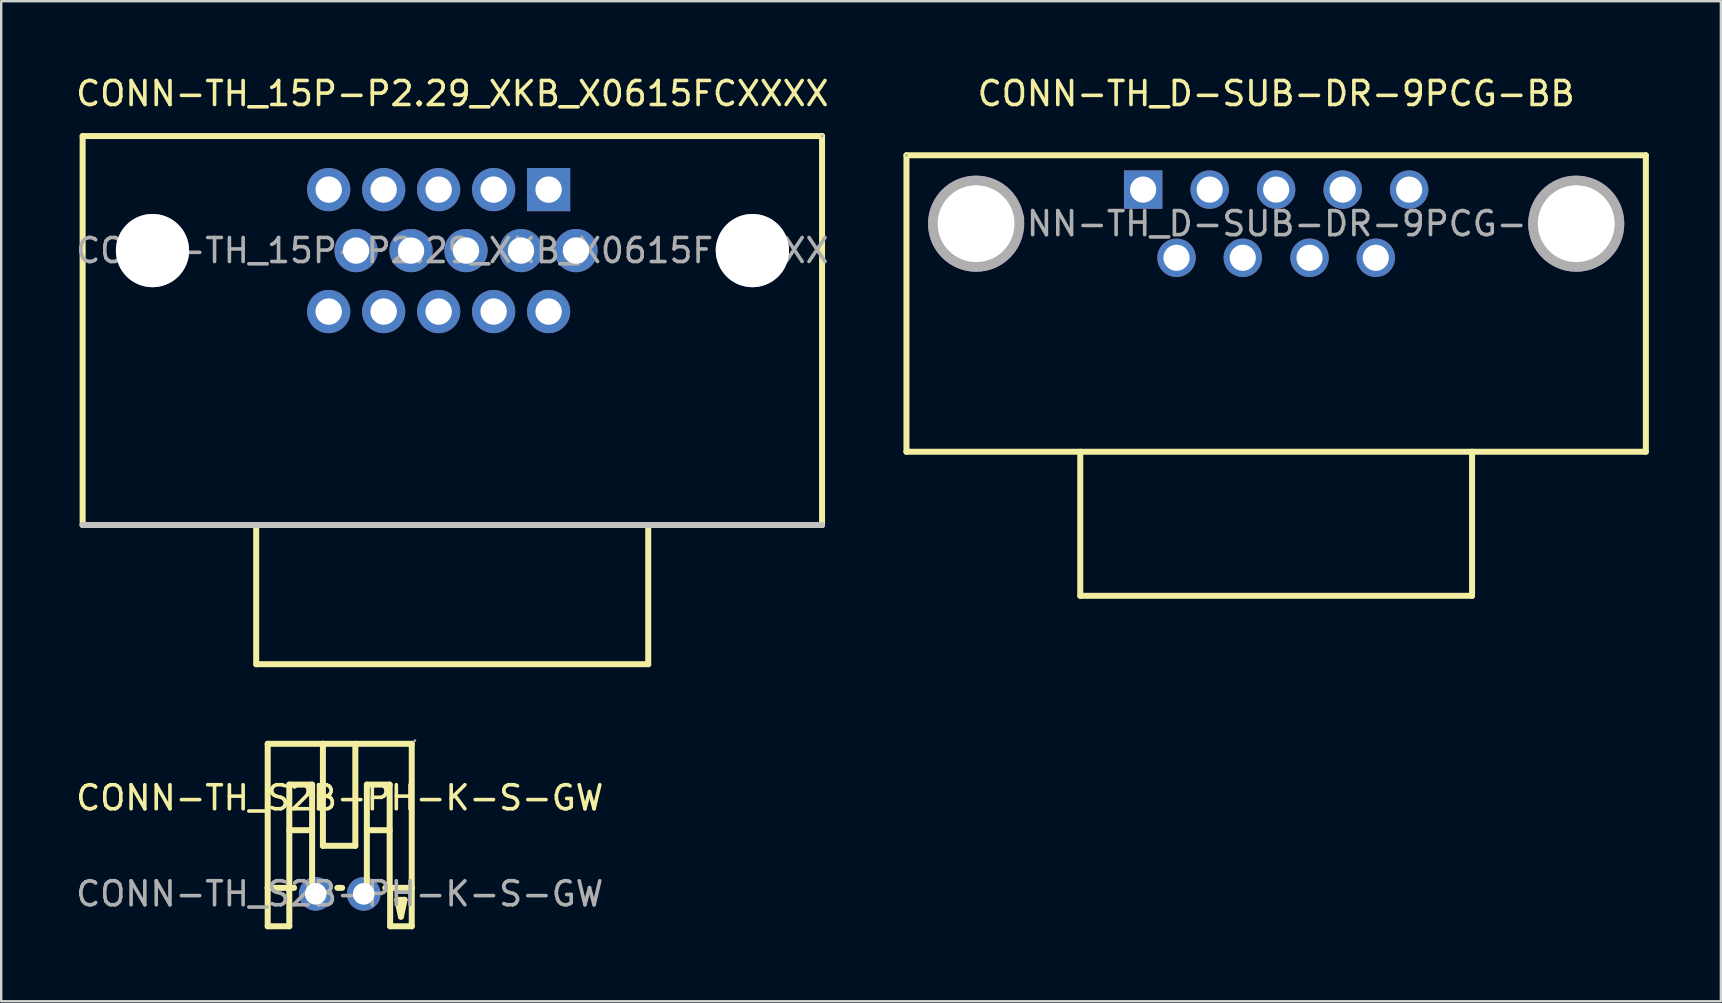
<source format=kicad_pcb>
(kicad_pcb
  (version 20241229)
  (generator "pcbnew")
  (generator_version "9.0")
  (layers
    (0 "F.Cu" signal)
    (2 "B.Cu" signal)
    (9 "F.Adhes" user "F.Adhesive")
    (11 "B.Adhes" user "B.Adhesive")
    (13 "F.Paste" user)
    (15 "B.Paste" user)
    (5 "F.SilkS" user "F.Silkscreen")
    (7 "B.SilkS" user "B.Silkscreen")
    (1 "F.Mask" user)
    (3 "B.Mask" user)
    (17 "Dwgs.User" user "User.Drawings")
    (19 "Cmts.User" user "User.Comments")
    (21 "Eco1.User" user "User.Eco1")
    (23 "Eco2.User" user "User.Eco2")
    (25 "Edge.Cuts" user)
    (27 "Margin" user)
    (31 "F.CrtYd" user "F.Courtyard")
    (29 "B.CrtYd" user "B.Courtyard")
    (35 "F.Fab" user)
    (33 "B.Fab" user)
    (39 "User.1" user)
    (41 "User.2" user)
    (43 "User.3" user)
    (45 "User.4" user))
  (footprint "CONN-TH_S2B-PH-K-S-GW"
    (layer "F.Cu")
    (at 11.101 34.183)
    (property "Reference" "CONN-TH_S2B-PH-K-S-GW" (at 0 -4 0) (layer "F.SilkS") (effects (font (size 1 1) (thickness 0.15))))
    (attr through_hole)
    (fp_line (start -3 -6.25) (end 3 -6.25) (stroke (width 0.25) (type solid)) (layer "F.SilkS"))
    (fp_line (start -3 -0.25) (end -3 -6.25) (stroke (width 0.25) (type solid)) (layer "F.SilkS"))
    (fp_line (start -3 -0.25) (end -3 1.35) (stroke (width 0.25) (type solid)) (layer "F.SilkS"))
    (fp_line (start -3 -0.25) (end -1.9 -0.25) (stroke (width 0.25) (type solid)) (layer "F.SilkS"))
    (fp_line (start -3 1.35) (end -2.1 1.35) (stroke (width 0.25) (type solid)) (layer "F.SilkS"))
    (fp_line (start -2.1 -4.55) (end -1.15 -4.55) (stroke (width 0.25) (type solid)) (layer "F.SilkS"))
    (fp_line (start -2.1 -2.65) (end -1.15 -2.65) (stroke (width 0.25) (type solid)) (layer "F.SilkS"))
    (fp_line (start -2.1 -0.25) (end -2.1 -4.55) (stroke (width 0.25) (type solid)) (layer "F.SilkS"))
    (fp_line (start -2.1 1.35) (end -2.1 -0.25) (stroke (width 0.25) (type solid)) (layer "F.SilkS"))
    (fp_line (start -1.15 -4.55) (end -1.15 -0.25) (stroke (width 0.25) (type solid)) (layer "F.SilkS"))
    (fp_line (start -0.7 -6.25) (end -0.7 -6.25) (stroke (width 0.25) (type solid)) (layer "F.SilkS"))
    (fp_line (start -0.7 -6.25) (end -0.7 -2) (stroke (width 0.25) (type solid)) (layer "F.SilkS"))
    (fp_line (start -0.7 -2) (end 0.65 -2) (stroke (width 0.25) (type solid)) (layer "F.SilkS"))
    (fp_line (start -0.1 -0.25) (end 0.1 -0.25) (stroke (width 0.25) (type solid)) (layer "F.SilkS"))
    (fp_line (start 0.65 -2) (end 0.65 -6.25) (stroke (width 0.25) (type solid)) (layer "F.SilkS"))
    (fp_line (start 1.13 -4.55) (end 2.08 -4.55) (stroke (width 0.25) (type solid)) (layer "F.SilkS"))
    (fp_line (start 1.13 -2.65) (end 2.08 -2.65) (stroke (width 0.25) (type solid)) (layer "F.SilkS"))
    (fp_line (start 1.13 -0.25) (end 1.13 -4.55) (stroke (width 0.25) (type solid)) (layer "F.SilkS"))
    (fp_line (start 1.9 -0.25) (end 3 -0.25) (stroke (width 0.25) (type solid)) (layer "F.SilkS"))
    (fp_line (start 2.08 -4.55) (end 2.08 -0.25) (stroke (width 0.25) (type solid)) (layer "F.SilkS"))
    (fp_line (start 2.1 1.35) (end 2.1 -0.25) (stroke (width 0.25) (type solid)) (layer "F.SilkS"))
    (fp_line (start 2.4 0.25) (end 2.7 0.25) (stroke (width 0.25) (type solid)) (layer "F.SilkS"))
    (fp_line (start 2.55 0.95) (end 2.4 0.25) (stroke (width 0.25) (type solid)) (layer "F.SilkS"))
    (fp_line (start 2.7 0.25) (end 2.55 0.95) (stroke (width 0.25) (type solid)) (layer "F.SilkS"))
    (fp_line (start 3 -6.25) (end 3 -0.25) (stroke (width 0.25) (type solid)) (layer "F.SilkS"))
    (fp_line (start 3 -0.25) (end 3 1.35) (stroke (width 0.25) (type solid)) (layer "F.SilkS"))
    (fp_line (start 3 1.35) (end 2.1 1.35) (stroke (width 0.25) (type solid)) (layer "F.SilkS"))
    (fp_circle (center -1 0) (end -0.82 0) (stroke (width 0.35) (type solid)) (fill no) (layer "F.Fab"))
    (fp_circle (center 1 0) (end 1.18 0) (stroke (width 0.35) (type solid)) (fill no) (layer "F.Fab"))
    (fp_circle (center 3.13 -6.38) (end 3.16 -6.38) (stroke (width 0.06) (type solid)) (fill no) (layer "F.Fab"))
    (fp_text user "${REFERENCE}" (at 0 0 0) (layer "F.Fab") (effects (font (size 1 1) (thickness 0.15))))
    (pad "1" thru_hole circle (at 1 0) (size 1.4 1.4) (drill 0.9) (layers "*.Cu" "*.Mask"))
    (pad "2" thru_hole circle (at -1 0) (size 1.4 1.4) (drill 0.9) (layers "*.Cu" "*.Mask")))
  (footprint "CONN-TH_D-SUB-DR-9PCG-BB"
    (layer "F.Cu")
    (at 50.108 6.268)
    (property "Reference" "CONN-TH_D-SUB-DR-9PCG-BB" (at 0 -5.42 0) (layer "F.SilkS") (effects (font (size 1 1) (thickness 0.15))))
    (attr through_hole)
    (fp_line (start -15.4 -2.85) (end -15.4 9.5) (stroke (width 0.25) (type solid)) (layer "F.SilkS"))
    (fp_line (start -8.16 9.5) (end -8.16 15.5) (stroke (width 0.25) (type solid)) (layer "F.SilkS"))
    (fp_line (start -8.16 15.5) (end 8.16 15.5) (stroke (width 0.25) (type solid)) (layer "F.SilkS"))
    (fp_line (start 8.16 9.5) (end 8.16 15.5) (stroke (width 0.25) (type solid)) (layer "F.SilkS"))
    (fp_line (start 15.4 -2.85) (end -15.4 -2.85) (stroke (width 0.25) (type solid)) (layer "F.SilkS"))
    (fp_line (start 15.4 -2.85) (end 15.4 9.5) (stroke (width 0.25) (type solid)) (layer "F.SilkS"))
    (fp_line (start 15.4 9.5) (end -15.4 9.5) (stroke (width 0.25) (type solid)) (layer "F.SilkS"))
    (fp_circle (center -12.43 0.04) (end -12.18 0.04) (stroke (width 0.51) (type solid)) (fill no) (layer "Cmts.User"))
    (fp_circle (center 12.87 0.08) (end 13.12 0.08) (stroke (width 0.51) (type solid)) (fill no) (layer "Cmts.User"))
    (fp_circle (center -15.4 -2.85) (end -15.37 -2.85) (stroke (width 0.06) (type solid)) (fill no) (layer "F.Fab"))
    (fp_circle (center -12.5 0) (end -11.5 0) (stroke (width 2) (type solid)) (fill no) (layer "F.Fab"))
    (fp_circle (center 12.5 0) (end 13.5 0) (stroke (width 2) (type solid)) (fill no) (layer "F.Fab"))
    (fp_text user "${REFERENCE}" (at 0 0 0) (layer "F.Fab") (effects (font (size 1 1) (thickness 0.15))))
    (pad "1" thru_hole rect (at -5.54 -1.42) (size 1.6 1.6) (drill 1.09) (layers "*.Cu" "*.Mask"))
    (pad "2" thru_hole circle (at -2.77 -1.42) (size 1.6 1.6) (drill 1.09) (layers "*.Cu" "*.Mask"))
    (pad "3" thru_hole circle (at 0 -1.42) (size 1.6 1.6) (drill 1.09) (layers "*.Cu" "*.Mask"))
    (pad "4" thru_hole circle (at 2.77 -1.42) (size 1.6 1.6) (drill 1.09) (layers "*.Cu" "*.Mask"))
    (pad "5" thru_hole circle (at 5.54 -1.42) (size 1.6 1.6) (drill 1.09) (layers "*.Cu" "*.Mask"))
    (pad "6" thru_hole circle (at -4.15 1.42) (size 1.6 1.6) (drill 1.09) (layers "*.Cu" "*.Mask"))
    (pad "7" thru_hole circle (at -1.39 1.42) (size 1.6 1.6) (drill 1.09) (layers "*.Cu" "*.Mask"))
    (pad "8" thru_hole circle (at 1.39 1.42) (size 1.6 1.6) (drill 1.09) (layers "*.Cu" "*.Mask"))
    (pad "9" thru_hole circle (at 4.15 1.42) (size 1.6 1.6) (drill 1.09) (layers "*.Cu" "*.Mask"))
    (pad "10" thru_hole circle (at 12.5 0) (size 4 4) (drill 3.2) (layers "*.Cu" "*.Mask"))
    (pad "11" thru_hole circle (at -12.5 0) (size 4 4) (drill 3.2) (layers "*.Cu" "*.Mask")))
  (footprint "CONN-TH_15P-P2.29_XKB_X0615FCXXXX"
    (layer "F.Cu")
    (at 15.792 7.388)
    (property "Reference" "CONN-TH_15P-P2.29_XKB_X0615FCXXXX" (at 0 -6.54 0) (layer "F.SilkS") (effects (font (size 1 1) (thickness 0.15))))
    (attr through_hole)
    (fp_line (start -15.4 -4.77) (end -15.4 11.43) (stroke (width 0.25) (type solid)) (layer "F.SilkS"))
    (fp_line (start -15.4 -4.77) (end 15.4 -4.77) (stroke (width 0.25) (type solid)) (layer "F.SilkS"))
    (fp_line (start -15.4 11.43) (end 15.4 11.43) (stroke (width 0.25) (type solid)) (layer "F.SilkS"))
    (fp_line (start -8.17 11.43) (end -8.17 17.23) (stroke (width 0.25) (type solid)) (layer "F.SilkS"))
    (fp_line (start -8.17 17.23) (end 8.16 17.23) (stroke (width 0.25) (type solid)) (layer "F.SilkS"))
    (fp_line (start 8.16 11.43) (end 8.16 17.23) (stroke (width 0.25) (type solid)) (layer "F.SilkS"))
    (fp_line (start 15.4 11.43) (end 15.4 -4.77) (stroke (width 0.25) (type solid)) (layer "F.SilkS"))
    (fp_line (start -15.4 11.43) (end 15.4 11.43) (stroke (width 0.25) (type solid)) (layer "Dwgs.User"))
    (fp_circle (center -12.49 0) (end -11.74 0) (stroke (width 1.5) (type solid)) (fill no) (layer "Cmts.User"))
    (fp_circle (center 12.5 0) (end 13.25 0) (stroke (width 1.5) (type solid)) (fill no) (layer "Cmts.User"))
    (fp_circle (center 15.4 -4.77) (end 15.43 -4.77) (stroke (width 0.06) (type solid)) (fill no) (layer "F.Fab"))
    (fp_text user "${REFERENCE}" (at 0 0 0) (layer "F.Fab") (effects (font (size 1 1) (thickness 0.15))))
    (pad "" thru_hole circle (at -12.49 0) (size 3.05 3.05) (drill 3.05) (layers "*.Cu" "*.Mask"))
    (pad "" thru_hole circle (at 12.5 0) (size 3.05 3.05) (drill 3.05) (layers "*.Cu" "*.Mask"))
    (pad "1" thru_hole rect (at 4.01 -2.54) (size 1.8 1.8) (drill 1.1) (layers "*.Cu" "*.Mask"))
    (pad "2" thru_hole circle (at 1.72 -2.54) (size 1.8 1.8) (drill 1.1) (layers "*.Cu" "*.Mask"))
    (pad "3" thru_hole circle (at -0.57 -2.54) (size 1.8 1.8) (drill 1.1) (layers "*.Cu" "*.Mask"))
    (pad "4" thru_hole circle (at -2.86 -2.54) (size 1.8 1.8) (drill 1.1) (layers "*.Cu" "*.Mask"))
    (pad "5" thru_hole circle (at -5.15 -2.54) (size 1.8 1.8) (drill 1.1) (layers "*.Cu" "*.Mask"))
    (pad "6" thru_hole circle (at 5.15 0) (size 1.8 1.8) (drill 1.1) (layers "*.Cu" "*.Mask"))
    (pad "7" thru_hole circle (at 2.86 0) (size 1.8 1.8) (drill 1.1) (layers "*.Cu" "*.Mask"))
    (pad "8" thru_hole circle (at 0.57 0) (size 1.8 1.8) (drill 1.1) (layers "*.Cu" "*.Mask"))
    (pad "9" thru_hole circle (at -1.72 0) (size 1.8 1.8) (drill 1.1) (layers "*.Cu" "*.Mask"))
    (pad "10" thru_hole circle (at -4.01 0) (size 1.8 1.8) (drill 1.1) (layers "*.Cu" "*.Mask"))
    (pad "11" thru_hole circle (at 4.01 2.54) (size 1.8 1.8) (drill 1.1) (layers "*.Cu" "*.Mask"))
    (pad "12" thru_hole circle (at 1.72 2.54) (size 1.8 1.8) (drill 1.1) (layers "*.Cu" "*.Mask"))
    (pad "13" thru_hole circle (at -0.57 2.54) (size 1.8 1.8) (drill 1.1) (layers "*.Cu" "*.Mask"))
    (pad "14" thru_hole circle (at -2.86 2.54) (size 1.8 1.8) (drill 1.1) (layers "*.Cu" "*.Mask"))
    (pad "15" thru_hole circle (at -5.15 2.54) (size 1.8 1.8) (drill 1.1) (layers "*.Cu" "*.Mask")))
  (gr_rect
    (start -3 -3)
    (end 68.633 38.658)
    (stroke (width 0.1) (type default))
    (fill no)
    (layer "Edge.Cuts")))
</source>
